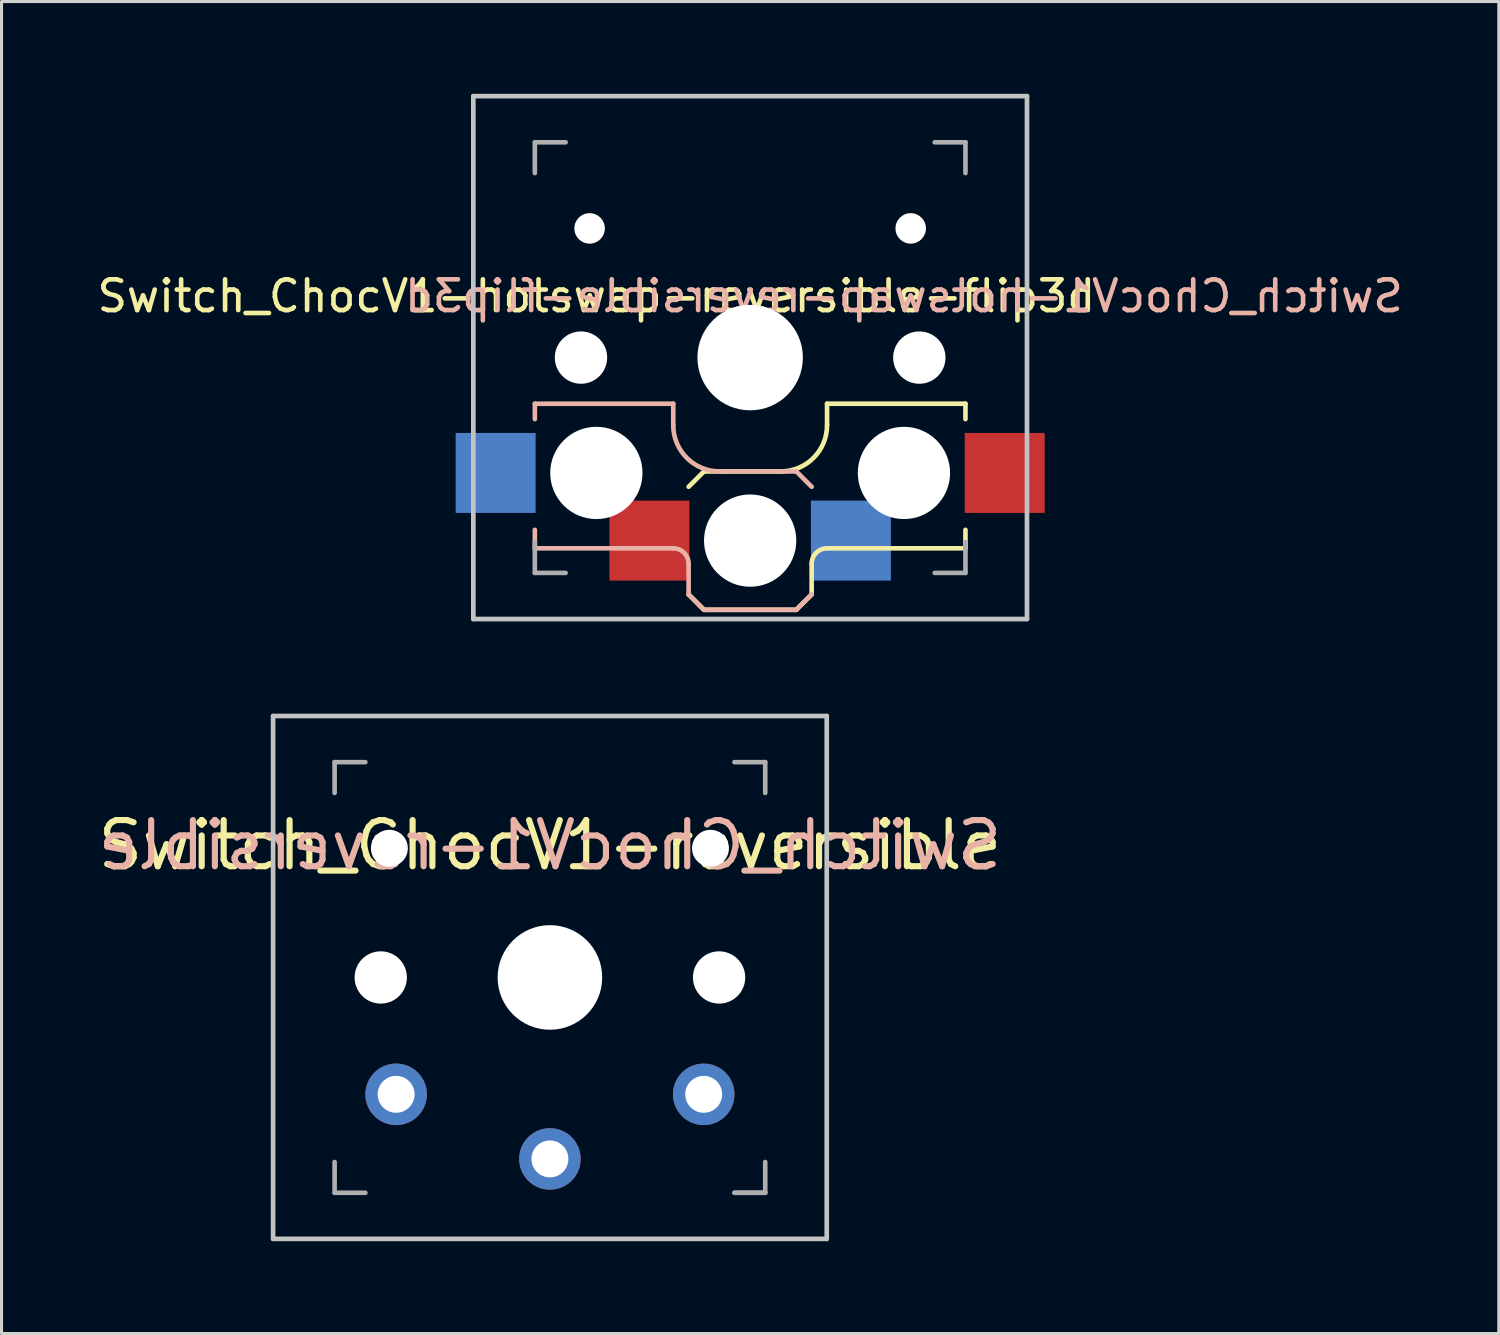
<source format=kicad_pcb>
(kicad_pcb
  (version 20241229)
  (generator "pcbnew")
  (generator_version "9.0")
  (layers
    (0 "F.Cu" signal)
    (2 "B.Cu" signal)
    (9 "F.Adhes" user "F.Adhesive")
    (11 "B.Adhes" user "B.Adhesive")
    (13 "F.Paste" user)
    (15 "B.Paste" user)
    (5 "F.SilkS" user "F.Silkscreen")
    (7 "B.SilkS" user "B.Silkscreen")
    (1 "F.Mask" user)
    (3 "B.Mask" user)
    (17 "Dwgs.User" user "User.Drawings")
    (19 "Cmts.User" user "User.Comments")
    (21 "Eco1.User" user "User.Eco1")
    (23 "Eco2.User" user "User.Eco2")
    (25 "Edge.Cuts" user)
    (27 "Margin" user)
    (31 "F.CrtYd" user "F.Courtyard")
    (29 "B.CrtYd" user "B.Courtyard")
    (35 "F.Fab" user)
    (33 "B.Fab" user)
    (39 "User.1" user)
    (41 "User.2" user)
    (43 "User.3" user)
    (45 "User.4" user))
  (footprint "Switch_ChocV1-hotswap-reversible-flip3d"
    (layer "F.Cu")
    (at 21.339 8.576)
    (property "Reference" "Switch_ChocV1-hotswap-reversible-flip3d" (at -5 -2 0) (layer "F.SilkS") (effects (font (size 1 1) (thickness 0.15))))
    (attr smd)
    (fp_line (start -2 4.2) (end -1.5 3.7) (stroke (width 0.15) (type solid)) (layer "F.SilkS"))
    (fp_line (start -2 7.7) (end -1.5 8.2) (stroke (width 0.15) (type solid)) (layer "F.SilkS"))
    (fp_line (start -1.5 3.7) (end 1 3.7) (stroke (width 0.15) (type solid)) (layer "F.SilkS"))
    (fp_line (start -1.5 8.2) (end 1.5 8.2) (stroke (width 0.15) (type solid)) (layer "F.SilkS"))
    (fp_line (start 1.5 8.2) (end 2 7.7) (stroke (width 0.15) (type solid)) (layer "F.SilkS"))
    (fp_line (start 2 6.7) (end 2 7.7) (stroke (width 0.15) (type solid)) (layer "F.SilkS"))
    (fp_line (start 2.5 1.5) (end 7 1.5) (stroke (width 0.15) (type solid)) (layer "F.SilkS"))
    (fp_line (start 2.5 2.2) (end 2.5 1.5) (stroke (width 0.15) (type solid)) (layer "F.SilkS"))
    (fp_line (start 7 1.5) (end 7 2) (stroke (width 0.15) (type solid)) (layer "F.SilkS"))
    (fp_line (start 7 5.6) (end 7 6.2) (stroke (width 0.15) (type solid)) (layer "F.SilkS"))
    (fp_line (start 7 6.2) (end 2.5 6.2) (stroke (width 0.15) (type solid)) (layer "F.SilkS"))
    (fp_arc (start 2 6.7) (mid 2.146447 6.346447) (end 2.5 6.2) (stroke (width 0.15) (type solid)) (layer "F.SilkS"))
    (fp_arc (start 2.5 2.2) (mid 2.06066 3.26066) (end 1 3.7) (stroke (width 0.15) (type solid)) (layer "F.SilkS"))
    (fp_line (start -7 1.5) (end -7 2) (stroke (width 0.15) (type solid)) (layer "B.SilkS"))
    (fp_line (start -7 5.6) (end -7 6.2) (stroke (width 0.15) (type solid)) (layer "B.SilkS"))
    (fp_line (start -7 6.2) (end -2.5 6.2) (stroke (width 0.15) (type solid)) (layer "B.SilkS"))
    (fp_line (start -2.5 1.5) (end -7 1.5) (stroke (width 0.15) (type solid)) (layer "B.SilkS"))
    (fp_line (start -2.5 2.2) (end -2.5 1.5) (stroke (width 0.15) (type solid)) (layer "B.SilkS"))
    (fp_line (start -2 6.7) (end -2 7.7) (stroke (width 0.15) (type solid)) (layer "B.SilkS"))
    (fp_line (start -1.5 8.2) (end -2 7.7) (stroke (width 0.15) (type solid)) (layer "B.SilkS"))
    (fp_line (start 1.5 3.7) (end -1 3.7) (stroke (width 0.15) (type solid)) (layer "B.SilkS"))
    (fp_line (start 1.5 8.2) (end -1.5 8.2) (stroke (width 0.15) (type solid)) (layer "B.SilkS"))
    (fp_line (start 2 4.2) (end 1.5 3.7) (stroke (width 0.15) (type solid)) (layer "B.SilkS"))
    (fp_line (start 2 7.7) (end 1.5 8.2) (stroke (width 0.15) (type solid)) (layer "B.SilkS"))
    (fp_arc (start -2.5 6.2) (mid -2.146447 6.346447) (end -2 6.7) (stroke (width 0.15) (type solid)) (layer "B.SilkS"))
    (fp_arc (start -1 3.7) (mid -2.06066 3.26066) (end -2.5 2.2) (stroke (width 0.15) (type solid)) (layer "B.SilkS"))
    (fp_line (start -9 -8.5) (end 9 -8.5) (stroke (width 0.152) (type solid)) (layer "Dwgs.User"))
    (fp_line (start -9 8.5) (end -9 -8.5) (stroke (width 0.152) (type solid)) (layer "Dwgs.User"))
    (fp_line (start 9 -8.5) (end 9 8.5) (stroke (width 0.152) (type solid)) (layer "Dwgs.User"))
    (fp_line (start 9 8.5) (end -9 8.5) (stroke (width 0.152) (type solid)) (layer "Dwgs.User"))
    (fp_line (start -7.5 -7.5) (end 7.5 -7.5) (stroke (width 0.152) (type solid)) (layer "Eco2.User"))
    (fp_line (start -7.5 7.5) (end -7.5 -7.5) (stroke (width 0.152) (type solid)) (layer "Eco2.User"))
    (fp_line (start -2.6 -3.1) (end -2.6 -6.3) (stroke (width 0.15) (type solid)) (layer "Eco2.User"))
    (fp_line (start -2.6 -3.1) (end 2.6 -3.1) (stroke (width 0.15) (type solid)) (layer "Eco2.User"))
    (fp_line (start 2.6 -6.3) (end -2.6 -6.3) (stroke (width 0.15) (type solid)) (layer "Eco2.User"))
    (fp_line (start 2.6 -3.1) (end 2.6 -6.3) (stroke (width 0.15) (type solid)) (layer "Eco2.User"))
    (fp_line (start 7.5 -7.5) (end 7.5 7.5) (stroke (width 0.152) (type solid)) (layer "Eco2.User"))
    (fp_line (start 7.5 7.5) (end -7.5 7.5) (stroke (width 0.152) (type solid)) (layer "Eco2.User"))
    (fp_line (start -7 -7) (end -6 -7) (stroke (width 0.15) (type solid)) (layer "F.Fab"))
    (fp_line (start -7 -6) (end -7 -7) (stroke (width 0.15) (type solid)) (layer "F.Fab"))
    (fp_line (start -7 7) (end -7 6) (stroke (width 0.15) (type solid)) (layer "F.Fab"))
    (fp_line (start -6 7) (end -7 7) (stroke (width 0.15) (type solid)) (layer "F.Fab"))
    (fp_line (start 6 -7) (end 7 -7) (stroke (width 0.15) (type solid)) (layer "F.Fab"))
    (fp_line (start 7 -7) (end 7 -6) (stroke (width 0.15) (type solid)) (layer "F.Fab"))
    (fp_line (start 7 6) (end 7 7) (stroke (width 0.15) (type solid)) (layer "F.Fab"))
    (fp_line (start 7 7) (end 6 7) (stroke (width 0.15) (type solid)) (layer "F.Fab"))
    (fp_text user "${REFERENCE}" (at 5 -2 0) (layer "B.SilkS") (effects (font (size 1 1) (thickness 0.15)) (justify mirror)))
    (pad "" np_thru_hole circle (at -5.5 0) (size 1.702 1.702) (drill 1.702) (layers "*.Cu" "*.Mask"))
    (pad "" np_thru_hole circle (at -5.22 -4.2) (size 0.991 0.991) (drill 0.991) (layers "*.Cu" "*.Mask"))
    (pad "" np_thru_hole circle (at -5 3.75) (size 3 3) (drill 3) (layers "*.Cu" "*.Mask"))
    (pad "" np_thru_hole circle (at 0 0) (size 3.429 3.429) (drill 3.429) (layers "*.Cu" "*.Mask"))
    (pad "" np_thru_hole circle (at 0 5.95) (size 3 3) (drill 3) (layers "*.Cu" "*.Mask"))
    (pad "" np_thru_hole circle (at 5 3.75) (size 3 3) (drill 3) (layers "*.Cu" "*.Mask"))
    (pad "" np_thru_hole circle (at 5.22 -4.2) (size 0.991 0.991) (drill 0.991) (layers "*.Cu" "*.Mask"))
    (pad "" np_thru_hole circle (at 5.5 0) (size 1.702 1.702) (drill 1.702) (layers "*.Cu" "*.Mask"))
    (pad "1" smd rect (at -3.275 5.95) (size 2.6 2.6) (layers "F.Cu" "F.Mask" "F.Paste"))
    (pad "1" smd rect (at 3.275 5.95) (size 2.6 2.6) (layers "B.Cu" "B.Mask" "B.Paste"))
    (pad "2" smd rect (at -8.275 3.75) (size 2.6 2.6) (layers "B.Cu" "B.Mask" "B.Paste"))
    (pad "2" smd rect (at 8.275 3.75) (size 2.6 2.6) (layers "F.Cu" "F.Mask" "F.Paste")))
  (footprint "Switch_ChocV1-reversible"
    (layer "F.Cu")
    (at 14.829 28.729)
    (property "Reference" "Switch_ChocV1-reversible" (at 0 -4.3 180) (layer "F.SilkS") (effects (font (size 1.5 1.5) (thickness 0.2))))
    (attr through_hole)
    (fp_line (start -9 -8.5) (end 9 -8.5) (stroke (width 0.152) (type solid)) (layer "Dwgs.User"))
    (fp_line (start -9 8.5) (end -9 -8.5) (stroke (width 0.152) (type solid)) (layer "Dwgs.User"))
    (fp_line (start 9 -8.5) (end 9 8.5) (stroke (width 0.152) (type solid)) (layer "Dwgs.User"))
    (fp_line (start 9 8.5) (end -9 8.5) (stroke (width 0.152) (type solid)) (layer "Dwgs.User"))
    (fp_line (start -7.5 -7.5) (end 7.5 -7.5) (stroke (width 0.152) (type solid)) (layer "Eco2.User"))
    (fp_line (start -7.5 7.5) (end -7.5 -7.5) (stroke (width 0.152) (type solid)) (layer "Eco2.User"))
    (fp_line (start 7.5 -7.5) (end 7.5 7.5) (stroke (width 0.152) (type solid)) (layer "Eco2.User"))
    (fp_line (start 7.5 7.5) (end -7.5 7.5) (stroke (width 0.152) (type solid)) (layer "Eco2.User"))
    (fp_line (start -7 -6) (end -7 -7) (stroke (width 0.15) (type solid)) (layer "F.Fab"))
    (fp_line (start -7 7) (end -7 6) (stroke (width 0.15) (type solid)) (layer "F.Fab"))
    (fp_line (start -7 7) (end -6 7) (stroke (width 0.15) (type solid)) (layer "F.Fab"))
    (fp_line (start -6 -7) (end -7 -7) (stroke (width 0.15) (type solid)) (layer "F.Fab"))
    (fp_line (start 6 7) (end 7 7) (stroke (width 0.15) (type solid)) (layer "F.Fab"))
    (fp_line (start 7 -7) (end 6 -7) (stroke (width 0.15) (type solid)) (layer "F.Fab"))
    (fp_line (start 7 -7) (end 7 -6) (stroke (width 0.15) (type solid)) (layer "F.Fab"))
    (fp_line (start 7 6) (end 7 7) (stroke (width 0.15) (type solid)) (layer "F.Fab"))
    (fp_line (start 7 7) (end 6 7) (stroke (width 0.15) (type solid)) (layer "F.Fab"))
    (fp_text user "${REFERENCE}" (at 0 -4.3 0) (unlocked yes) (layer "B.SilkS") (effects (font (size 1.5 1.5) (thickness 0.2)) (justify mirror)))
    (pad "" np_thru_hole circle (at -5.5 0 180) (size 1.7 1.7) (drill 1.7) (layers "*.Cu" "*.Mask"))
    (pad "" np_thru_hole circle (at -5.22 -4.2 180) (size 1.2 1.2) (drill 1.2) (layers "*.Cu"))
    (pad "" np_thru_hole circle (at 0 0 180) (size 3.4 3.4) (drill 3.4) (layers "*.Cu" "*.Mask"))
    (pad "" np_thru_hole circle (at 5.22 -4.2 180) (size 1.2 1.2) (drill 1.2) (layers "*.Cu"))
    (pad "" np_thru_hole circle (at 5.5 0 180) (size 1.7 1.7) (drill 1.7) (layers "*.Cu" "*.Mask"))
    (pad "1" thru_hole circle (at 0 5.9 180) (size 2 2) (drill 1.2) (layers "*.Cu" "*.Mask"))
    (pad "2" thru_hole circle (at -5 3.8 41.9) (size 2 2) (drill 1.2) (layers "*.Cu" "B.Mask"))
    (pad "2" thru_hole circle (at 5 3.8 41.9) (size 2 2) (drill 1.2) (layers "*.Cu" "F.Mask")))
  (gr_rect
    (start -3 -3)
    (end 45.679 40.305)
    (stroke (width 0.1) (type default))
    (fill no)
    (layer "Edge.Cuts")))
</source>
